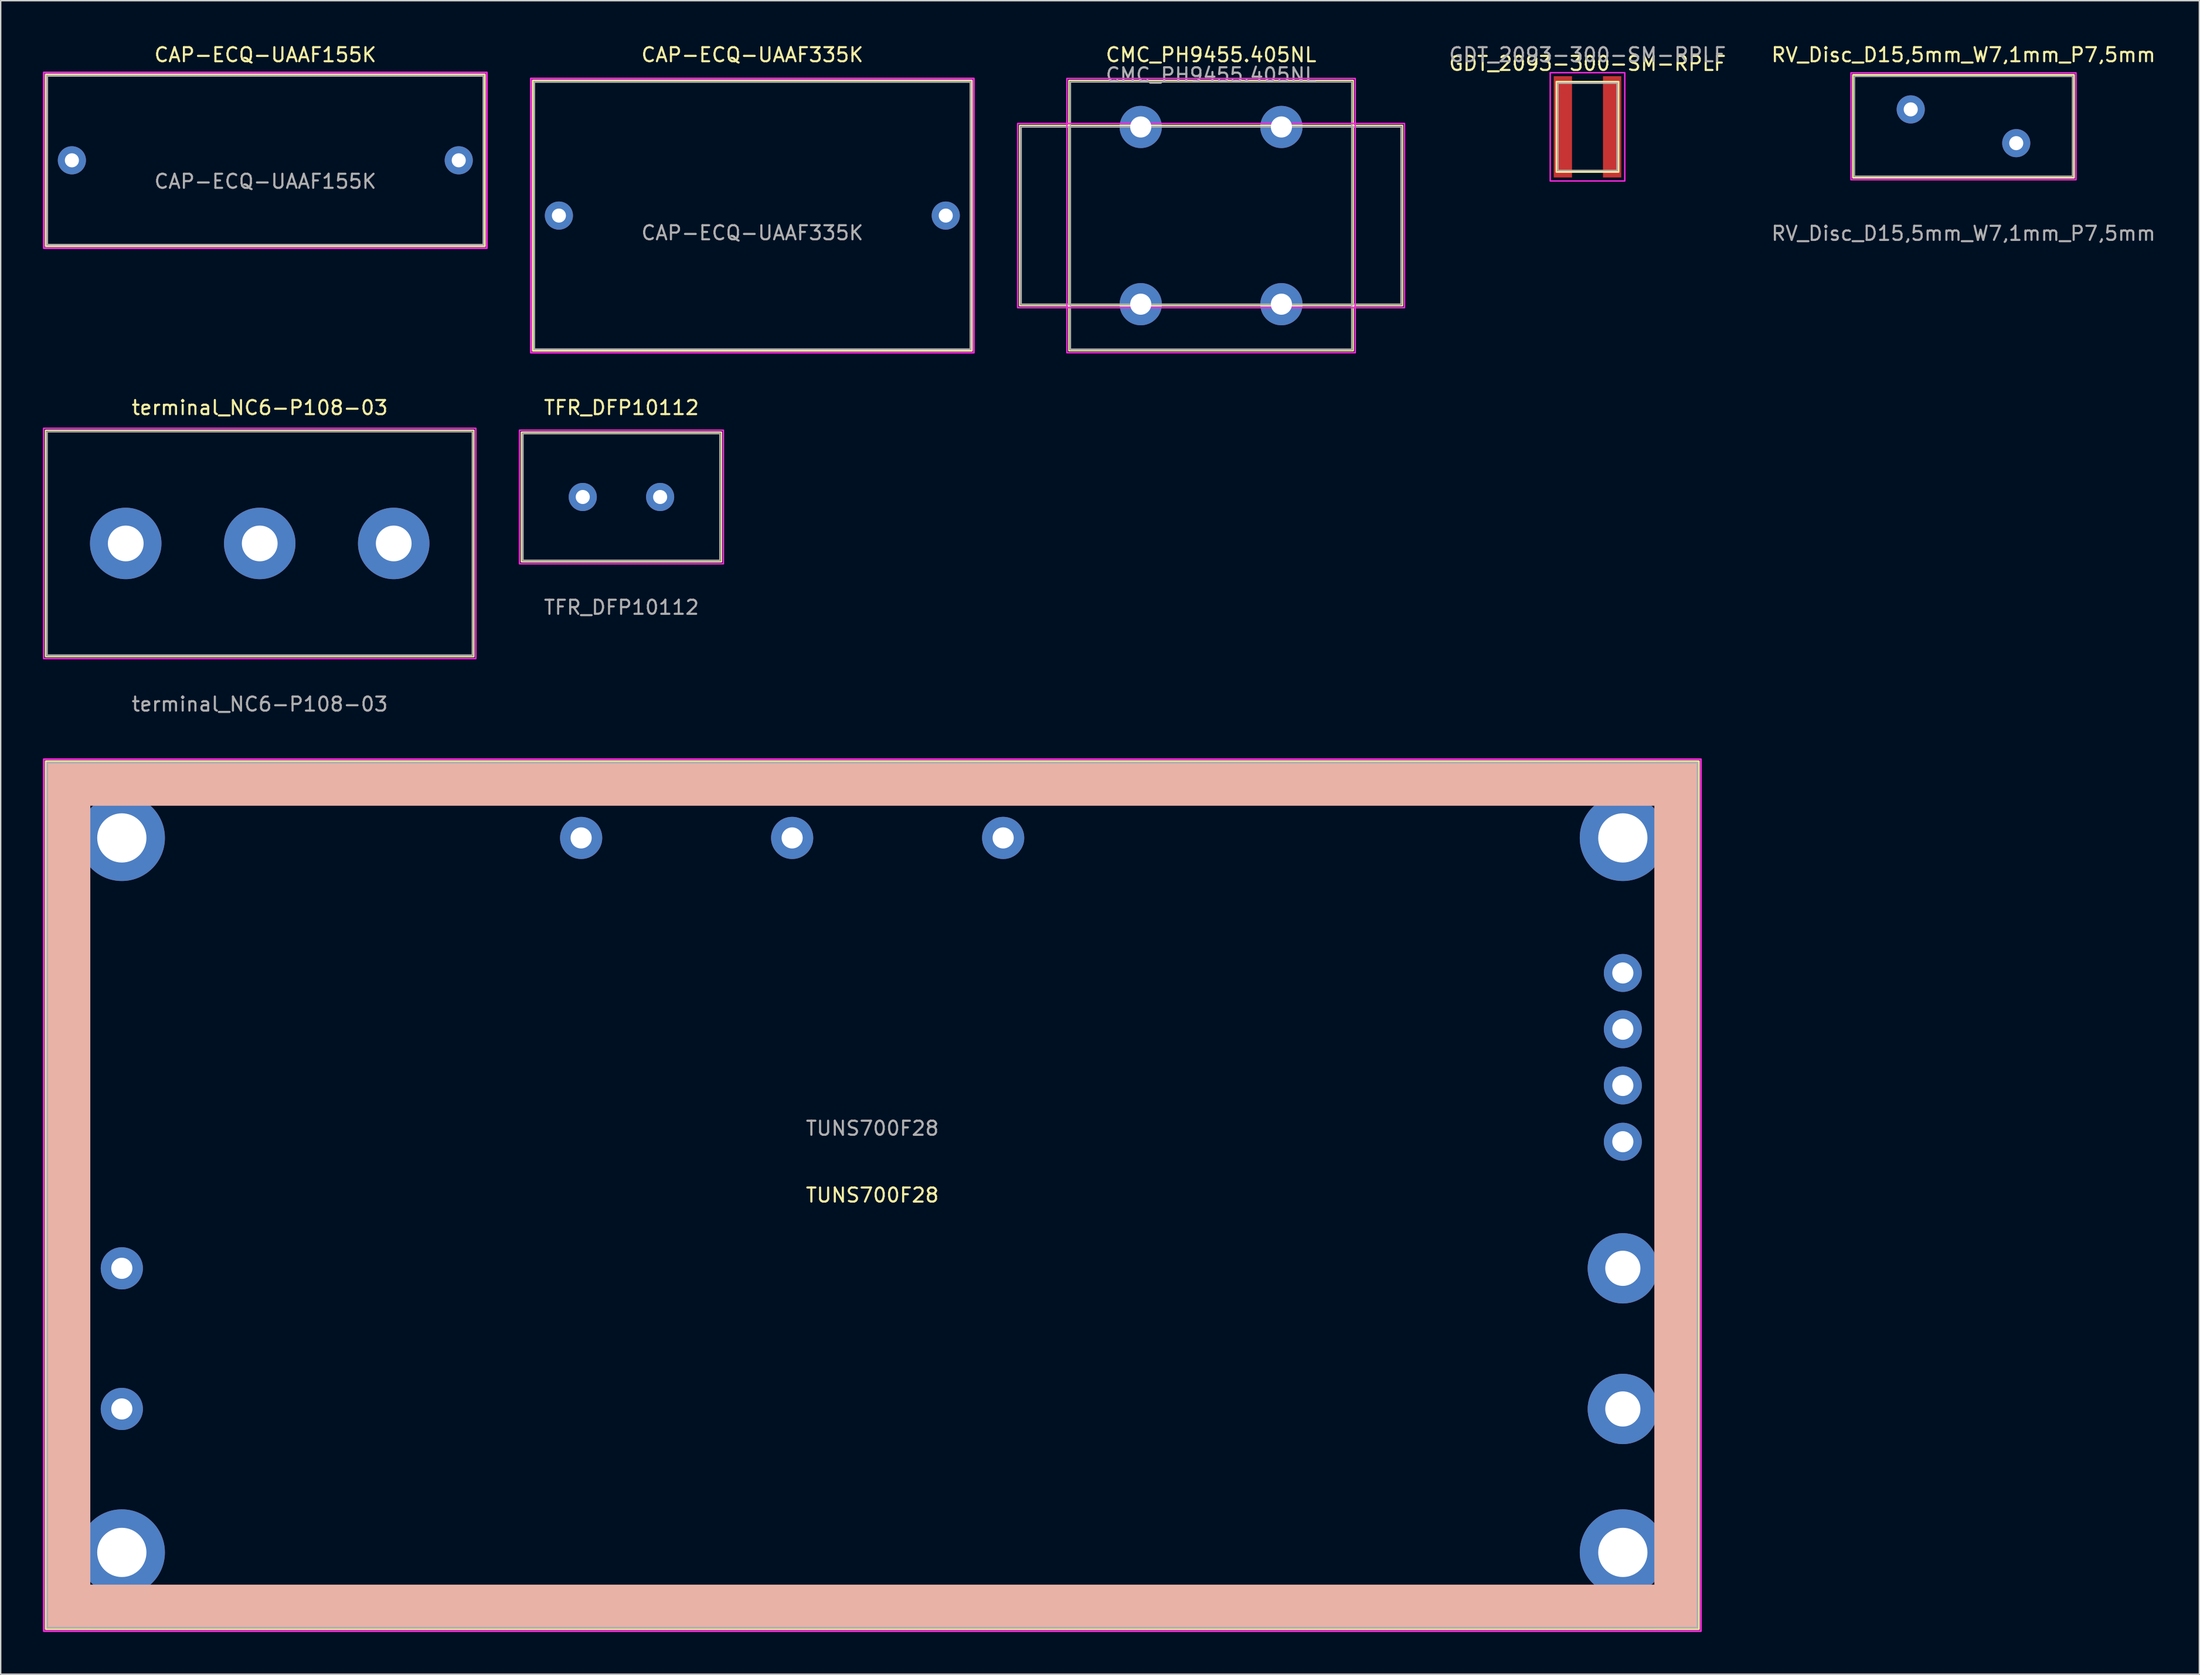
<source format=kicad_pcb>
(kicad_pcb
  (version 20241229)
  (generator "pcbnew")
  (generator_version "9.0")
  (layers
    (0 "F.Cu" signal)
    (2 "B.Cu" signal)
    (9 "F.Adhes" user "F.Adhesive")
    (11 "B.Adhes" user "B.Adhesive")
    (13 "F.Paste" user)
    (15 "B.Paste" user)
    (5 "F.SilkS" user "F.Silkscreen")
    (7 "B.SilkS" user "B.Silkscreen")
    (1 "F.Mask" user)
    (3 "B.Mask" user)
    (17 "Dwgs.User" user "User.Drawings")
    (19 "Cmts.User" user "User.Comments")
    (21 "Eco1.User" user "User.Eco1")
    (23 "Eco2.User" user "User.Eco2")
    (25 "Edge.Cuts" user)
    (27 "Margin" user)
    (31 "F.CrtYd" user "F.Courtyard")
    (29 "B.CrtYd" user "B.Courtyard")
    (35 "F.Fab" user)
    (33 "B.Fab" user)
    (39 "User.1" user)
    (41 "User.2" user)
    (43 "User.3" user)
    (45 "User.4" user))
  (footprint "GDT_2093-300-SM-RPLF"
    (layer "F.Cu")
    (at 109.798 5.968)
    (property "Reference" "GDT_2093-300-SM-RPLF" (at 0 -4.5 0) (unlocked yes) (layer "F.SilkS") (effects (font (size 1 1) (thickness 0.15))))
    (attr smd)
    (fp_rect (start -2.21 -3.21) (end 2.21 3.21) (stroke (width 0.12) (type default)) (fill no) (layer "F.SilkS"))
    (fp_rect (start -2.65 -3.85) (end 2.65 3.85) (stroke (width 0.1) (type default)) (fill no) (layer "F.CrtYd"))
    (fp_rect (start -2.1 -3.1) (end 2.1 3.1) (stroke (width 0.1) (type default)) (fill no) (layer "F.Fab"))
    (fp_text user "${REFERENCE}" (at 0 -5.12 0) (unlocked yes) (layer "F.Fab") (effects (font (size 1 1) (thickness 0.15))))
    (pad "1" smd rect (at -1.75 0) (size 1.3 7.2) (layers "F.Cu" "F.Mask" "F.Paste"))
    (pad "2" smd rect (at 1.75 0) (size 1.3 7.2) (layers "F.Cu" "F.Mask" "F.Paste")))
  (footprint "CMC_PH9455.405NL"
    (layer "F.Cu")
    (at 83.04 12.278)
    (property "Reference" "CMC_PH9455.405NL" (at 0 -11.43 0) (unlocked yes) (layer "F.SilkS") (effects (font (size 1 1) (thickness 0.15))))
    (attr through_hole)
    (fp_rect (start -13.61 -6.41) (end 13.61 6.41) (stroke (width 0.1) (type default)) (fill no) (layer "F.SilkS"))
    (fp_rect (start -10.11 -9.61) (end 10.11 9.61) (stroke (width 0.1) (type default)) (fill no) (layer "F.SilkS"))
    (fp_rect (start -13.75 -6.55) (end 13.75 6.55) (stroke (width 0.1) (type default)) (fill no) (layer "F.CrtYd"))
    (fp_rect (start -10.25 -9.75) (end 10.25 9.75) (stroke (width 0.1) (type default)) (fill no) (layer "F.CrtYd"))
    (fp_rect (start -13.5 -6.3) (end 13.5 6.3) (stroke (width 0.1) (type default)) (fill no) (layer "F.Fab"))
    (fp_rect (start -10 -9.5) (end 10 9.5) (stroke (width 0.1) (type default)) (fill no) (layer "F.Fab"))
    (fp_text user "${REFERENCE}" (at 0 -10 0) (unlocked yes) (layer "F.Fab") (effects (font (size 1 1) (thickness 0.15))))
    (pad "1" thru_hole circle (at -5 6.3) (size 3 3) (drill 1.5) (layers "*.Cu" "*.Mask"))
    (pad "2" thru_hole circle (at 5 6.3) (size 3 3) (drill 1.5) (layers "*.Cu" "*.Mask"))
    (pad "3" thru_hole circle (at 5 -6.3) (size 3 3) (drill 1.5) (layers "*.Cu" "*.Mask"))
    (pad "4" thru_hole circle (at -5 -6.3) (size 3 3) (drill 1.5) (layers "*.Cu" "*.Mask")))
  (footprint "RV_Disc_D15,5mm_W7,1mm_P7,5mm"
    (layer "F.Cu")
    (at 136.525 5.928)
    (property "Reference" "RV_Disc_D15,5mm_W7,1mm_P7,5mm" (at 0 -5.08 0) (unlocked yes) (layer "F.SilkS") (effects (font (size 1 1) (thickness 0.15))))
    (attr through_hole)
    (fp_rect (start -7.86 -3.66) (end 7.86 3.66) (stroke (width 0.12) (type default)) (fill no) (layer "F.SilkS"))
    (fp_rect (start -8 -3.8) (end 8 3.8) (stroke (width 0.1) (type default)) (fill no) (layer "F.CrtYd"))
    (fp_rect (start -7.75 -3.55) (end 7.75 3.55) (stroke (width 0.1) (type default)) (fill no) (layer "F.Fab"))
    (fp_text user "${REFERENCE}" (at 0 7.62 0) (unlocked yes) (layer "F.Fab") (effects (font (size 1 1) (thickness 0.15))))
    (pad "1" thru_hole circle (at -3.75 -1.2) (size 2 2) (drill 1) (layers "*.Cu" "*.Mask"))
    (pad "2" thru_hole circle (at 3.75 1.2) (size 2 2) (drill 1) (layers "*.Cu" "*.Mask")))
  (footprint "TFR_DFP10112"
    (layer "F.Cu")
    (at 41.126 32.286)
    (property "Reference" "TFR_DFP10112" (at 0 -6.35 0) (unlocked yes) (layer "F.SilkS") (effects (font (size 1 1) (thickness 0.15))))
    (attr through_hole)
    (fp_rect (start -7.11 -4.61) (end 7.11 4.61) (stroke (width 0.1) (type default)) (fill no) (layer "F.SilkS"))
    (fp_rect (start -7.25 -4.75) (end 7.25 4.75) (stroke (width 0.1) (type default)) (fill no) (layer "F.CrtYd"))
    (fp_rect (start -7 -4.5) (end 7 4.5) (stroke (width 0.1) (type default)) (fill no) (layer "F.Fab"))
    (fp_text user "${REFERENCE}" (at 0 7.85 0) (unlocked yes) (layer "F.Fab") (effects (font (size 1 1) (thickness 0.15))))
    (pad "1" thru_hole circle (at -2.75 0) (size 2 2) (drill 1) (layers "*.Cu" "*.Mask"))
    (pad "2" thru_hole circle (at 2.75 0) (size 2 2) (drill 1) (layers "*.Cu" "*.Mask")))
  (footprint "terminal_NC6-P108-03"
    (layer "F.Cu")
    (at 15.413 35.589)
    (property "Reference" "terminal_NC6-P108-03" (at 0 -9.652 0) (unlocked yes) (layer "F.SilkS") (effects (font (size 1 1) (thickness 0.15))))
    (attr through_hole)
    (fp_rect (start -15.223 -8.047) (end 15.223 8.047) (stroke (width 0.1) (type default)) (fill no) (layer "F.SilkS"))
    (fp_rect (start -15.363 -8.188) (end 15.363 8.188) (stroke (width 0.1) (type default)) (fill no) (layer "F.CrtYd"))
    (fp_rect (start -15.113 -7.938) (end 15.113 7.938) (stroke (width 0.1) (type default)) (fill no) (layer "F.Fab"))
    (fp_text user "${REFERENCE}" (at 0 11.43 0) (unlocked yes) (layer "F.Fab") (effects (font (size 1 1) (thickness 0.15))))
    (pad "1" thru_hole circle (at -9.525 0) (size 5.08 5.08) (drill 2.54) (layers "*.Cu" "*.Mask"))
    (pad "2" thru_hole circle (at 0 0) (size 5.08 5.08) (drill 2.54) (layers "*.Cu" "*.Mask"))
    (pad "3" thru_hole circle (at 9.525 0) (size 5.08 5.08) (drill 2.54) (layers "*.Cu" "*.Mask")))
  (footprint "CAP-ECQ-UAAF335K"
    (layer "F.Cu")
    (at 50.43 12.278)
    (property "Reference" "CAP-ECQ-UAAF335K" (at 0 -11.43 0) (unlocked yes) (layer "F.SilkS") (effects (font (size 1 1) (thickness 0.15))))
    (attr through_hole)
    (fp_rect (start -15.61 -9.61) (end 15.61 9.61) (stroke (width 0.12) (type default)) (fill no) (layer "F.SilkS"))
    (fp_rect (start -15.75 -9.75) (end 15.75 9.75) (stroke (width 0.12) (type default)) (fill no) (layer "F.CrtYd"))
    (fp_rect (start -15.5 -9.5) (end 15.5 9.5) (stroke (width 0.12) (type default)) (fill no) (layer "F.Fab"))
    (fp_text user "${REFERENCE}" (at 0 1.23 0) (unlocked yes) (layer "F.Fab") (effects (font (size 1 1) (thickness 0.15))))
    (pad "1" thru_hole circle (at -13.75 0) (size 2 2) (drill 1) (layers "*.Cu" "*.Mask"))
    (pad "2" thru_hole circle (at 13.75 0) (size 2 2) (drill 1) (layers "*.Cu" "*.Mask")))
  (footprint "CAP-ECQ-UAAF155K"
    (layer "F.Cu")
    (at 15.81 8.348)
    (property "Reference" "CAP-ECQ-UAAF155K" (at 0 -7.5 0) (unlocked yes) (layer "F.SilkS") (effects (font (size 1 1) (thickness 0.15))))
    (attr through_hole)
    (fp_rect (start -15.61 -6.11) (end 15.61 6.11) (stroke (width 0.12) (type default)) (fill no) (layer "F.SilkS"))
    (fp_rect (start -15.75 -6.25) (end 15.75 6.25) (stroke (width 0.12) (type default)) (fill no) (layer "F.CrtYd"))
    (fp_rect (start -15.5 -6) (end 15.5 6) (stroke (width 0.12) (type default)) (fill no) (layer "F.Fab"))
    (fp_text user "${REFERENCE}" (at 0 1.5 0) (unlocked yes) (layer "F.Fab") (effects (font (size 1 1) (thickness 0.15))))
    (pad "1" thru_hole circle (at -13.75 0) (size 2 2) (drill 1) (layers "*.Cu" "*.Mask"))
    (pad "1" thru_hole circle (at 13.75 0) (size 2 2) (drill 1) (layers "*.Cu" "*.Mask")))
  (footprint "TUNS700F28"
    (layer "F.Cu")
    (at 58.96 81.927)
    (property "Reference" "TUNS700F28" (at 0 0 0) (unlocked yes) (layer "F.SilkS") (effects (font (size 1 1) (thickness 0.15))))
    (attr through_hole)
    (fp_rect (start -58.76 -30.86) (end 58.76 30.86) (stroke (width 0.12) (type default)) (fill no) (layer "F.SilkS"))
    (fp_rect (start -58.65 -30.75) (end -55.65 30.75) (stroke (width 0.12) (type solid)) (fill yes) (layer "B.SilkS"))
    (fp_rect (start -58.65 -27.75) (end 58.65 -30.75) (stroke (width 0.12) (type solid)) (fill yes) (layer "B.SilkS"))
    (fp_rect (start -58.65 30.75) (end 58.65 27.75) (stroke (width 0.12) (type solid)) (fill yes) (layer "B.SilkS"))
    (fp_rect (start 55.65 -30.75) (end 58.65 30.75) (stroke (width 0.12) (type solid)) (fill yes) (layer "B.SilkS"))
    (fp_rect (start -58.9 -31) (end 58.9 31) (stroke (width 0.12) (type default)) (fill no) (layer "F.CrtYd"))
    (fp_rect (start -58.65 -30.75) (end 58.65 30.75) (stroke (width 0.12) (type default)) (fill no) (layer "F.Fab"))
    (fp_text user "${REFERENCE}" (at 0 -4.75 0) (unlocked yes) (layer "F.Fab") (effects (font (size 1 1) (thickness 0.15))))
    (pad "1" thru_hole circle (at -53.35 15.2) (size 3 3) (drill 1.5) (layers "*.Cu" "*.Mask"))
    (pad "2" thru_hole circle (at -53.35 5.2) (size 3 3) (drill 1.5) (layers "*.Cu" "*.Mask"))
    (pad "3" thru_hole circle (at -20.7 -25.4) (size 3 3) (drill 1.5) (layers "*.Cu" "*.Mask"))
    (pad "4" thru_hole circle (at -5.7 -25.4) (size 3 3) (drill 1.5) (layers "*.Cu" "*.Mask"))
    (pad "5" thru_hole circle (at 9.3 -25.4) (size 3 3) (drill 1.5) (layers "*.Cu" "*.Mask"))
    (pad "6" thru_hole circle (at 53.35 5.2) (size 5 5) (drill 2.5) (layers "*.Cu" "*.Mask"))
    (pad "7" thru_hole circle (at 53.35 15.2) (size 5 5) (drill 2.5) (layers "*.Cu" "*.Mask"))
    (pad "8" thru_hole circle (at 53.35 -3.8) (size 2.7 2.7) (drill 1.5) (layers "*.Cu" "*.Mask"))
    (pad "9" thru_hole circle (at 53.35 -7.8) (size 2.7 2.7) (drill 1.5) (layers "*.Cu" "*.Mask"))
    (pad "10" thru_hole circle (at 53.35 -11.8) (size 2.7 2.7) (drill 1.5) (layers "*.Cu" "*.Mask"))
    (pad "11" thru_hole circle (at 53.35 -15.8) (size 2.7 2.7) (drill 1.5) (layers "*.Cu" "*.Mask"))
    (pad "12" thru_hole circle (at -53.35 -25.4) (size 6.125 6.125) (drill 3.5) (layers "*.Cu" "*.Mask"))
    (pad "12" thru_hole circle (at -53.35 25.4) (size 6.125 6.125) (drill 3.5) (layers "*.Cu" "*.Mask"))
    (pad "12" thru_hole circle (at 53.35 -25.4) (size 6.125 6.125) (drill 3.5) (layers "*.Cu" "*.Mask"))
    (pad "12" thru_hole circle (at 53.35 25.4) (size 6.125 6.125) (drill 3.5) (layers "*.Cu" "*.Mask")))
  (gr_rect
    (start -3 -3)
    (end 153.292 115.987)
    (stroke (width 0.1) (type default))
    (fill no)
    (layer "Edge.Cuts")))
</source>
